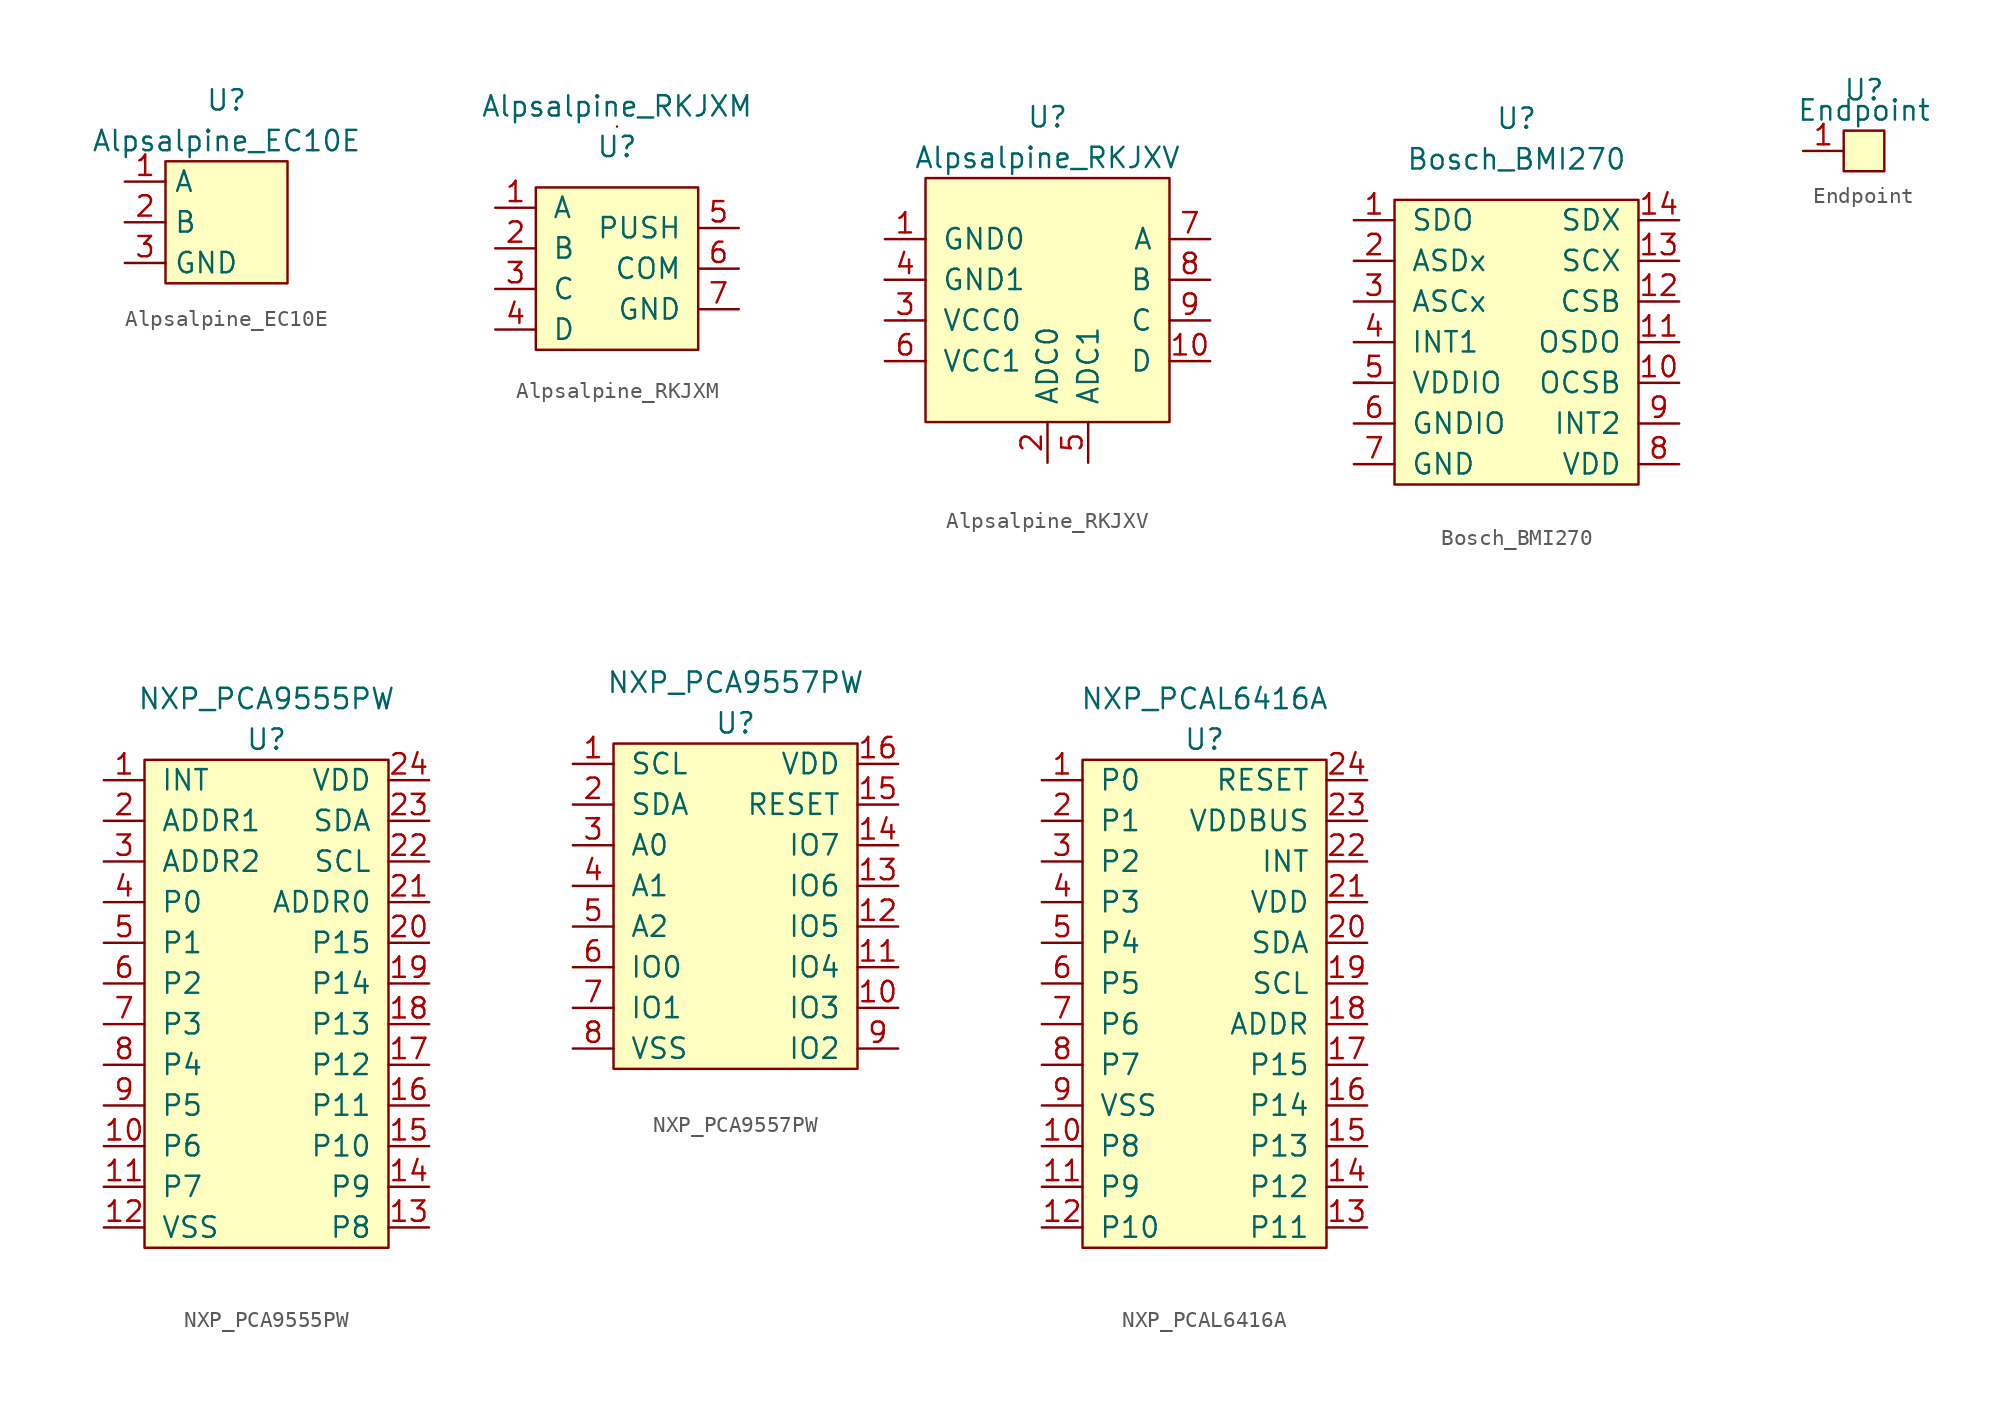
<source format=kicad_sym>
(kicad_symbol_lib
  (version 20231120)
  (generator "kicad_symbol_editor")
  (generator_version "8.0")
  (symbol "Alpsalpine_EC10E"
    (property "Reference" "U"
      (at 0 7.62 0)
      (effects (font (size 1.27 1.27))))
    (property "Value" "Alpsalpine_EC10E"
      (at 0 5.08 0)
      (effects (font (size 1.27 1.27))))
    (symbol "Alpsalpine_EC10E_0_1"
      (rectangle (start -3.81 3.81) (end 3.81 -3.81) (stroke (width 0) (type default)) (fill (type background))))
    (symbol "Alpsalpine_EC10E_1_1"
      (pin input line (at -6.35 2.54 0) (length 2.54) (name "A" (effects (font (size 1.27 1.27)))) (number "1" (effects (font (size 1.27 1.27)))))
      (pin input line (at -6.35 0 0) (length 2.54) (name "B" (effects (font (size 1.27 1.27)))) (number "2" (effects (font (size 1.27 1.27)))))
      (pin input line (at -6.35 -2.54 0) (length 2.54) (name "GND" (effects (font (size 1.27 1.27)))) (number "3" (effects (font (size 1.27 1.27)))))))
  (symbol "Alpsalpine_RKJXM"
    (pin_names
      (offset 1.016))
    (property "Reference" "U"
      (at 0 7.62 0)
      (effects (font (size 1.27 1.27))))
    (property "Value" "Alpsalpine_RKJXM"
      (at 0 10.16 0)
      (effects (font (size 1.27 1.27))))
    (symbol "Alpsalpine_RKJXM_0_0"
      (rectangle (start -5.08 5.08) (end 5.08 -5.08) (stroke (width 0) (type default)) (fill (type background))))
    (symbol "Alpsalpine_RKJXM_0_1"
      (rectangle (start 0 8.89) (end 0 8.89) (stroke (width 0) (type default)) (fill (type none))))
    (symbol "Alpsalpine_RKJXM_1_1"
      (pin input line (at -7.62 3.81 0) (length 2.54) (name "A" (effects (font (size 1.27 1.27)))) (number "1" (effects (font (size 1.27 1.27)))))
      (pin input line (at -7.62 1.27 0) (length 2.54) (name "B" (effects (font (size 1.27 1.27)))) (number "2" (effects (font (size 1.27 1.27)))))
      (pin input line (at -7.62 -1.27 0) (length 2.54) (name "C" (effects (font (size 1.27 1.27)))) (number "3" (effects (font (size 1.27 1.27)))))
      (pin input line (at -7.62 -3.81 0) (length 2.54) (name "D" (effects (font (size 1.27 1.27)))) (number "4" (effects (font (size 1.27 1.27)))))
      (pin input line (at 7.62 2.54 180) (length 2.54) (name "PUSH" (effects (font (size 1.27 1.27)))) (number "5" (effects (font (size 1.27 1.27)))))
      (pin input line (at 7.62 0 180) (length 2.54) (name "COM" (effects (font (size 1.27 1.27)))) (number "6" (effects (font (size 1.27 1.27)))))
      (pin input line (at 7.62 -2.54 180) (length 2.54) (name "GND" (effects (font (size 1.27 1.27)))) (number "7" (effects (font (size 1.27 1.27)))))))
  (symbol "Alpsalpine_RKJXV"
    (pin_names
      (offset 1.016))
    (property "Reference" "U"
      (at 0 11.43 0)
      (effects (font (size 1.27 1.27))))
    (property "Value" "Alpsalpine_RKJXV"
      (at 0 8.89 0)
      (effects (font (size 1.27 1.27))))
    (symbol "Alpsalpine_RKJXV_0_0"
      (rectangle (start -7.62 7.62) (end 7.62 -7.62) (stroke (width 0) (type default)) (fill (type background))))
    (symbol "Alpsalpine_RKJXV_0_1"
      (polyline (pts (xy -10.16 1.27) (xy -10.16 1.27)) (stroke (width 0) (type default)) (fill (type none)))
      (polyline (pts (xy -8.89 -1.27) (xy -8.89 -1.27)) (stroke (width 0) (type default)) (fill (type none))))
    (symbol "Alpsalpine_RKJXV_1_1"
      (pin input line (at -10.16 3.81 0) (length 2.54) (name "GND0" (effects (font (size 1.27 1.27)))) (number "1" (effects (font (size 1.27 1.27)))))
      (pin input line (at 10.16 -3.81 180) (length 2.54) (name "D" (effects (font (size 1.27 1.27)))) (number "10" (effects (font (size 1.27 1.27)))))
      (pin output line (at 0 -10.16 90) (length 2.54) (name "ADC0" (effects (font (size 1.27 1.27)))) (number "2" (effects (font (size 1.27 1.27)))))
      (pin input line (at -10.16 -1.27 0) (length 2.54) (name "VCC0" (effects (font (size 1.27 1.27)))) (number "3" (effects (font (size 1.27 1.27)))))
      (pin input line (at -10.16 1.27 0) (length 2.54) (name "GND1" (effects (font (size 1.27 1.27)))) (number "4" (effects (font (size 1.27 1.27)))))
      (pin output line (at 2.54 -10.16 90) (length 2.54) (name "ADC1" (effects (font (size 1.27 1.27)))) (number "5" (effects (font (size 1.27 1.27)))))
      (pin input line (at -10.16 -3.81 0) (length 2.54) (name "VCC1" (effects (font (size 1.27 1.27)))) (number "6" (effects (font (size 1.27 1.27)))))
      (pin input line (at 10.16 3.81 180) (length 2.54) (name "A" (effects (font (size 1.27 1.27)))) (number "7" (effects (font (size 1.27 1.27)))))
      (pin input line (at 10.16 1.27 180) (length 2.54) (name "B" (effects (font (size 1.27 1.27)))) (number "8" (effects (font (size 1.27 1.27)))))
      (pin input line (at 10.16 -1.27 180) (length 2.54) (name "C" (effects (font (size 1.27 1.27)))) (number "9" (effects (font (size 1.27 1.27)))))))
  (symbol "Bosch_BMI270"
    (pin_names
      (offset 1.016))
    (property "Reference" "U"
      (at 0 10.16 0)
      (effects (font (size 1.27 1.27))))
    (property "Value" "Bosch_BMI270"
      (at 0 7.62 0)
      (effects (font (size 1.27 1.27))))
    (symbol "Bosch_BMI270_0_0"
      (rectangle (start -7.62 5.08) (end 7.62 -12.7) (stroke (width 0) (type default)) (fill (type background))))
    (symbol "Bosch_BMI270_0_1"
      (rectangle (start -8.89 -6.35) (end -10.16 -6.35) (stroke (width 0) (type default)) (fill (type none))))
    (symbol "Bosch_BMI270_1_1"
      (pin bidirectional line (at -10.16 3.81 0) (length 2.54) (name "SDO" (effects (font (size 1.27 1.27)))) (number "1" (effects (font (size 1.27 1.27)))))
      (pin bidirectional line (at 10.16 -6.35 180) (length 2.54) (name "OCSB" (effects (font (size 1.27 1.27)))) (number "10" (effects (font (size 1.27 1.27)))))
      (pin bidirectional line (at 10.16 -3.81 180) (length 2.54) (name "OSDO" (effects (font (size 1.27 1.27)))) (number "11" (effects (font (size 1.27 1.27)))))
      (pin bidirectional line (at 10.16 -1.27 180) (length 2.54) (name "CSB" (effects (font (size 1.27 1.27)))) (number "12" (effects (font (size 1.27 1.27)))))
      (pin bidirectional line (at 10.16 1.27 180) (length 2.54) (name "SCX" (effects (font (size 1.27 1.27)))) (number "13" (effects (font (size 1.27 1.27)))))
      (pin bidirectional line (at 10.16 3.81 180) (length 2.54) (name "SDX" (effects (font (size 1.27 1.27)))) (number "14" (effects (font (size 1.27 1.27)))))
      (pin bidirectional line (at -10.16 1.27 0) (length 2.54) (name "ASDx" (effects (font (size 1.27 1.27)))) (number "2" (effects (font (size 1.27 1.27)))))
      (pin bidirectional line (at -10.16 -1.27 0) (length 2.54) (name "ASCx" (effects (font (size 1.27 1.27)))) (number "3" (effects (font (size 1.27 1.27)))))
      (pin bidirectional line (at -10.16 -3.81 0) (length 2.54) (name "INT1" (effects (font (size 1.27 1.27)))) (number "4" (effects (font (size 1.27 1.27)))))
      (pin bidirectional line (at -10.16 -6.35 0) (length 2.54) (name "VDDIO" (effects (font (size 1.27 1.27)))) (number "5" (effects (font (size 1.27 1.27)))))
      (pin bidirectional line (at -10.16 -8.89 0) (length 2.54) (name "GNDIO" (effects (font (size 1.27 1.27)))) (number "6" (effects (font (size 1.27 1.27)))))
      (pin bidirectional line (at -10.16 -11.43 0) (length 2.54) (name "GND" (effects (font (size 1.27 1.27)))) (number "7" (effects (font (size 1.27 1.27)))))
      (pin bidirectional line (at 10.16 -11.43 180) (length 2.54) (name "VDD" (effects (font (size 1.27 1.27)))) (number "8" (effects (font (size 1.27 1.27)))))
      (pin bidirectional line (at 10.16 -8.89 180) (length 2.54) (name "INT2" (effects (font (size 1.27 1.27)))) (number "9" (effects (font (size 1.27 1.27)))))))
  (symbol "Endpoint"
    (pin_names
      (offset 1.016))
    (property "Reference" "U"
      (at 0 3.81 0)
      (effects (font (size 1.27 1.27))))
    (property "Value" "Endpoint"
      (at 0 2.54 0)
      (effects (font (size 1.27 1.27))))
    (symbol "Endpoint_0_1"
      (rectangle (start -1.27 1.27) (end 1.27 -1.27) (stroke (width 0) (type default)) (fill (type background))))
    (symbol "Endpoint_1_1"
      (pin input line (at -3.81 0 0) (length 2.54) (name "~" (effects (font (size 1.27 1.27)))) (number "1" (effects (font (size 1.27 1.27)))))))
  (symbol "NXP_PCA9555PW"
    (pin_names
      (offset 1.016))
    (property "Reference" "U"
      (at 0 11.43 0)
      (effects (font (size 1.27 1.27))))
    (property "Value" "NXP_PCA9555PW"
      (at 0 13.97 0)
      (effects (font (size 1.27 1.27))))
    (symbol "NXP_PCA9555PW_0_1"
      (rectangle (start -7.62 10.16) (end 7.62 -20.32) (stroke (width 0) (type default)) (fill (type background))))
    (symbol "NXP_PCA9555PW_1_1"
      (pin input line (at -10.16 8.89 0) (length 2.54) (name "INT" (effects (font (size 1.27 1.27)))) (number "1" (effects (font (size 1.27 1.27)))))
      (pin input line (at -10.16 -13.97 0) (length 2.54) (name "P6" (effects (font (size 1.27 1.27)))) (number "10" (effects (font (size 1.27 1.27)))))
      (pin input line (at -10.16 -16.51 0) (length 2.54) (name "P7" (effects (font (size 1.27 1.27)))) (number "11" (effects (font (size 1.27 1.27)))))
      (pin input line (at -10.16 -19.05 0) (length 2.54) (name "VSS" (effects (font (size 1.27 1.27)))) (number "12" (effects (font (size 1.27 1.27)))))
      (pin input line (at 10.16 -19.05 180) (length 2.54) (name "P8" (effects (font (size 1.27 1.27)))) (number "13" (effects (font (size 1.27 1.27)))))
      (pin input line (at 10.16 -16.51 180) (length 2.54) (name "P9" (effects (font (size 1.27 1.27)))) (number "14" (effects (font (size 1.27 1.27)))))
      (pin input line (at 10.16 -13.97 180) (length 2.54) (name "P10" (effects (font (size 1.27 1.27)))) (number "15" (effects (font (size 1.27 1.27)))))
      (pin input line (at 10.16 -11.43 180) (length 2.54) (name "P11" (effects (font (size 1.27 1.27)))) (number "16" (effects (font (size 1.27 1.27)))))
      (pin input line (at 10.16 -8.89 180) (length 2.54) (name "P12" (effects (font (size 1.27 1.27)))) (number "17" (effects (font (size 1.27 1.27)))))
      (pin input line (at 10.16 -6.35 180) (length 2.54) (name "P13" (effects (font (size 1.27 1.27)))) (number "18" (effects (font (size 1.27 1.27)))))
      (pin input line (at 10.16 -3.81 180) (length 2.54) (name "P14" (effects (font (size 1.27 1.27)))) (number "19" (effects (font (size 1.27 1.27)))))
      (pin input line (at -10.16 6.35 0) (length 2.54) (name "ADDR1" (effects (font (size 1.27 1.27)))) (number "2" (effects (font (size 1.27 1.27)))))
      (pin input line (at 10.16 -1.27 180) (length 2.54) (name "P15" (effects (font (size 1.27 1.27)))) (number "20" (effects (font (size 1.27 1.27)))))
      (pin input line (at 10.16 1.27 180) (length 2.54) (name "ADDR0" (effects (font (size 1.27 1.27)))) (number "21" (effects (font (size 1.27 1.27)))))
      (pin input line (at 10.16 3.81 180) (length 2.54) (name "SCL" (effects (font (size 1.27 1.27)))) (number "22" (effects (font (size 1.27 1.27)))))
      (pin input line (at 10.16 6.35 180) (length 2.54) (name "SDA" (effects (font (size 1.27 1.27)))) (number "23" (effects (font (size 1.27 1.27)))))
      (pin input line (at 10.16 8.89 180) (length 2.54) (name "VDD" (effects (font (size 1.27 1.27)))) (number "24" (effects (font (size 1.27 1.27)))))
      (pin input line (at -10.16 3.81 0) (length 2.54) (name "ADDR2" (effects (font (size 1.27 1.27)))) (number "3" (effects (font (size 1.27 1.27)))))
      (pin input line (at -10.16 1.27 0) (length 2.54) (name "P0" (effects (font (size 1.27 1.27)))) (number "4" (effects (font (size 1.27 1.27)))))
      (pin input line (at -10.16 -1.27 0) (length 2.54) (name "P1" (effects (font (size 1.27 1.27)))) (number "5" (effects (font (size 1.27 1.27)))))
      (pin input line (at -10.16 -3.81 0) (length 2.54) (name "P2" (effects (font (size 1.27 1.27)))) (number "6" (effects (font (size 1.27 1.27)))))
      (pin input line (at -10.16 -6.35 0) (length 2.54) (name "P3" (effects (font (size 1.27 1.27)))) (number "7" (effects (font (size 1.27 1.27)))))
      (pin input line (at -10.16 -8.89 0) (length 2.54) (name "P4" (effects (font (size 1.27 1.27)))) (number "8" (effects (font (size 1.27 1.27)))))
      (pin input line (at -10.16 -11.43 0) (length 2.54) (name "P5" (effects (font (size 1.27 1.27)))) (number "9" (effects (font (size 1.27 1.27)))))))
  (symbol "NXP_PCA9557PW"
    (pin_names
      (offset 1.016))
    (property "Reference" "U"
      (at 0 11.43 0)
      (effects (font (size 1.27 1.27))))
    (property "Value" "NXP_PCA9557PW"
      (at 0 13.97 0)
      (effects (font (size 1.27 1.27))))
    (symbol "NXP_PCA9557PW_0_1"
      (rectangle (start -7.62 10.16) (end 7.62 -10.16) (stroke (width 0) (type default)) (fill (type background))))
    (symbol "NXP_PCA9557PW_1_1"
      (pin input line (at -10.16 8.89 0) (length 2.54) (name "SCL" (effects (font (size 1.27 1.27)))) (number "1" (effects (font (size 1.27 1.27)))))
      (pin input line (at 10.16 -6.35 180) (length 2.54) (name "IO3" (effects (font (size 1.27 1.27)))) (number "10" (effects (font (size 1.27 1.27)))))
      (pin input line (at 10.16 -3.81 180) (length 2.54) (name "IO4" (effects (font (size 1.27 1.27)))) (number "11" (effects (font (size 1.27 1.27)))))
      (pin input line (at 10.16 -1.27 180) (length 2.54) (name "IO5" (effects (font (size 1.27 1.27)))) (number "12" (effects (font (size 1.27 1.27)))))
      (pin input line (at 10.16 1.27 180) (length 2.54) (name "IO6" (effects (font (size 1.27 1.27)))) (number "13" (effects (font (size 1.27 1.27)))))
      (pin input line (at 10.16 3.81 180) (length 2.54) (name "IO7" (effects (font (size 1.27 1.27)))) (number "14" (effects (font (size 1.27 1.27)))))
      (pin input line (at 10.16 6.35 180) (length 2.54) (name "RESET" (effects (font (size 1.27 1.27)))) (number "15" (effects (font (size 1.27 1.27)))))
      (pin input line (at 10.16 8.89 180) (length 2.54) (name "VDD" (effects (font (size 1.27 1.27)))) (number "16" (effects (font (size 1.27 1.27)))))
      (pin input line (at -10.16 6.35 0) (length 2.54) (name "SDA" (effects (font (size 1.27 1.27)))) (number "2" (effects (font (size 1.27 1.27)))))
      (pin input line (at -10.16 3.81 0) (length 2.54) (name "A0" (effects (font (size 1.27 1.27)))) (number "3" (effects (font (size 1.27 1.27)))))
      (pin input line (at -10.16 1.27 0) (length 2.54) (name "A1" (effects (font (size 1.27 1.27)))) (number "4" (effects (font (size 1.27 1.27)))))
      (pin input line (at -10.16 -1.27 0) (length 2.54) (name "A2" (effects (font (size 1.27 1.27)))) (number "5" (effects (font (size 1.27 1.27)))))
      (pin input line (at -10.16 -3.81 0) (length 2.54) (name "IO0" (effects (font (size 1.27 1.27)))) (number "6" (effects (font (size 1.27 1.27)))))
      (pin input line (at -10.16 -6.35 0) (length 2.54) (name "IO1" (effects (font (size 1.27 1.27)))) (number "7" (effects (font (size 1.27 1.27)))))
      (pin input line (at -10.16 -8.89 0) (length 2.54) (name "VSS" (effects (font (size 1.27 1.27)))) (number "8" (effects (font (size 1.27 1.27)))))
      (pin input line (at 10.16 -8.89 180) (length 2.54) (name "IO2" (effects (font (size 1.27 1.27)))) (number "9" (effects (font (size 1.27 1.27)))))))
  (symbol "NXP_PCAL6416A"
    (pin_names
      (offset 1.016))
    (property "Reference" "U"
      (at 0 11.43 0)
      (effects (font (size 1.27 1.27))))
    (property "Value" "NXP_PCAL6416A"
      (at 0 13.97 0)
      (effects (font (size 1.27 1.27))))
    (symbol "NXP_PCAL6416A_0_1"
      (rectangle (start -7.62 10.16) (end 7.62 -20.32) (stroke (width 0) (type default)) (fill (type background))))
    (symbol "NXP_PCAL6416A_1_1"
      (pin input line (at -10.16 8.89 0) (length 2.54) (name "P0" (effects (font (size 1.27 1.27)))) (number "1" (effects (font (size 1.27 1.27)))))
      (pin input line (at -10.16 -13.97 0) (length 2.54) (name "P8" (effects (font (size 1.27 1.27)))) (number "10" (effects (font (size 1.27 1.27)))))
      (pin input line (at -10.16 -16.51 0) (length 2.54) (name "P9" (effects (font (size 1.27 1.27)))) (number "11" (effects (font (size 1.27 1.27)))))
      (pin input line (at -10.16 -19.05 0) (length 2.54) (name "P10" (effects (font (size 1.27 1.27)))) (number "12" (effects (font (size 1.27 1.27)))))
      (pin input line (at 10.16 -19.05 180) (length 2.54) (name "P11" (effects (font (size 1.27 1.27)))) (number "13" (effects (font (size 1.27 1.27)))))
      (pin input line (at 10.16 -16.51 180) (length 2.54) (name "P12" (effects (font (size 1.27 1.27)))) (number "14" (effects (font (size 1.27 1.27)))))
      (pin input line (at 10.16 -13.97 180) (length 2.54) (name "P13" (effects (font (size 1.27 1.27)))) (number "15" (effects (font (size 1.27 1.27)))))
      (pin input line (at 10.16 -11.43 180) (length 2.54) (name "P14" (effects (font (size 1.27 1.27)))) (number "16" (effects (font (size 1.27 1.27)))))
      (pin input line (at 10.16 -8.89 180) (length 2.54) (name "P15" (effects (font (size 1.27 1.27)))) (number "17" (effects (font (size 1.27 1.27)))))
      (pin input line (at 10.16 -6.35 180) (length 2.54) (name "ADDR" (effects (font (size 1.27 1.27)))) (number "18" (effects (font (size 1.27 1.27)))))
      (pin input line (at 10.16 -3.81 180) (length 2.54) (name "SCL" (effects (font (size 1.27 1.27)))) (number "19" (effects (font (size 1.27 1.27)))))
      (pin input line (at -10.16 6.35 0) (length 2.54) (name "P1" (effects (font (size 1.27 1.27)))) (number "2" (effects (font (size 1.27 1.27)))))
      (pin input line (at 10.16 -1.27 180) (length 2.54) (name "SDA" (effects (font (size 1.27 1.27)))) (number "20" (effects (font (size 1.27 1.27)))))
      (pin input line (at 10.16 1.27 180) (length 2.54) (name "VDD" (effects (font (size 1.27 1.27)))) (number "21" (effects (font (size 1.27 1.27)))))
      (pin input line (at 10.16 3.81 180) (length 2.54) (name "INT" (effects (font (size 1.27 1.27)))) (number "22" (effects (font (size 1.27 1.27)))))
      (pin input line (at 10.16 6.35 180) (length 2.54) (name "VDDBUS" (effects (font (size 1.27 1.27)))) (number "23" (effects (font (size 1.27 1.27)))))
      (pin input line (at 10.16 8.89 180) (length 2.54) (name "RESET" (effects (font (size 1.27 1.27)))) (number "24" (effects (font (size 1.27 1.27)))))
      (pin input line (at -10.16 3.81 0) (length 2.54) (name "P2" (effects (font (size 1.27 1.27)))) (number "3" (effects (font (size 1.27 1.27)))))
      (pin input line (at -10.16 1.27 0) (length 2.54) (name "P3" (effects (font (size 1.27 1.27)))) (number "4" (effects (font (size 1.27 1.27)))))
      (pin input line (at -10.16 -1.27 0) (length 2.54) (name "P4" (effects (font (size 1.27 1.27)))) (number "5" (effects (font (size 1.27 1.27)))))
      (pin input line (at -10.16 -3.81 0) (length 2.54) (name "P5" (effects (font (size 1.27 1.27)))) (number "6" (effects (font (size 1.27 1.27)))))
      (pin input line (at -10.16 -6.35 0) (length 2.54) (name "P6" (effects (font (size 1.27 1.27)))) (number "7" (effects (font (size 1.27 1.27)))))
      (pin input line (at -10.16 -8.89 0) (length 2.54) (name "P7" (effects (font (size 1.27 1.27)))) (number "8" (effects (font (size 1.27 1.27)))))
      (pin input line (at -10.16 -11.43 0) (length 2.54) (name "VSS" (effects (font (size 1.27 1.27)))) (number "9" (effects (font (size 1.27 1.27))))))))
</source>
